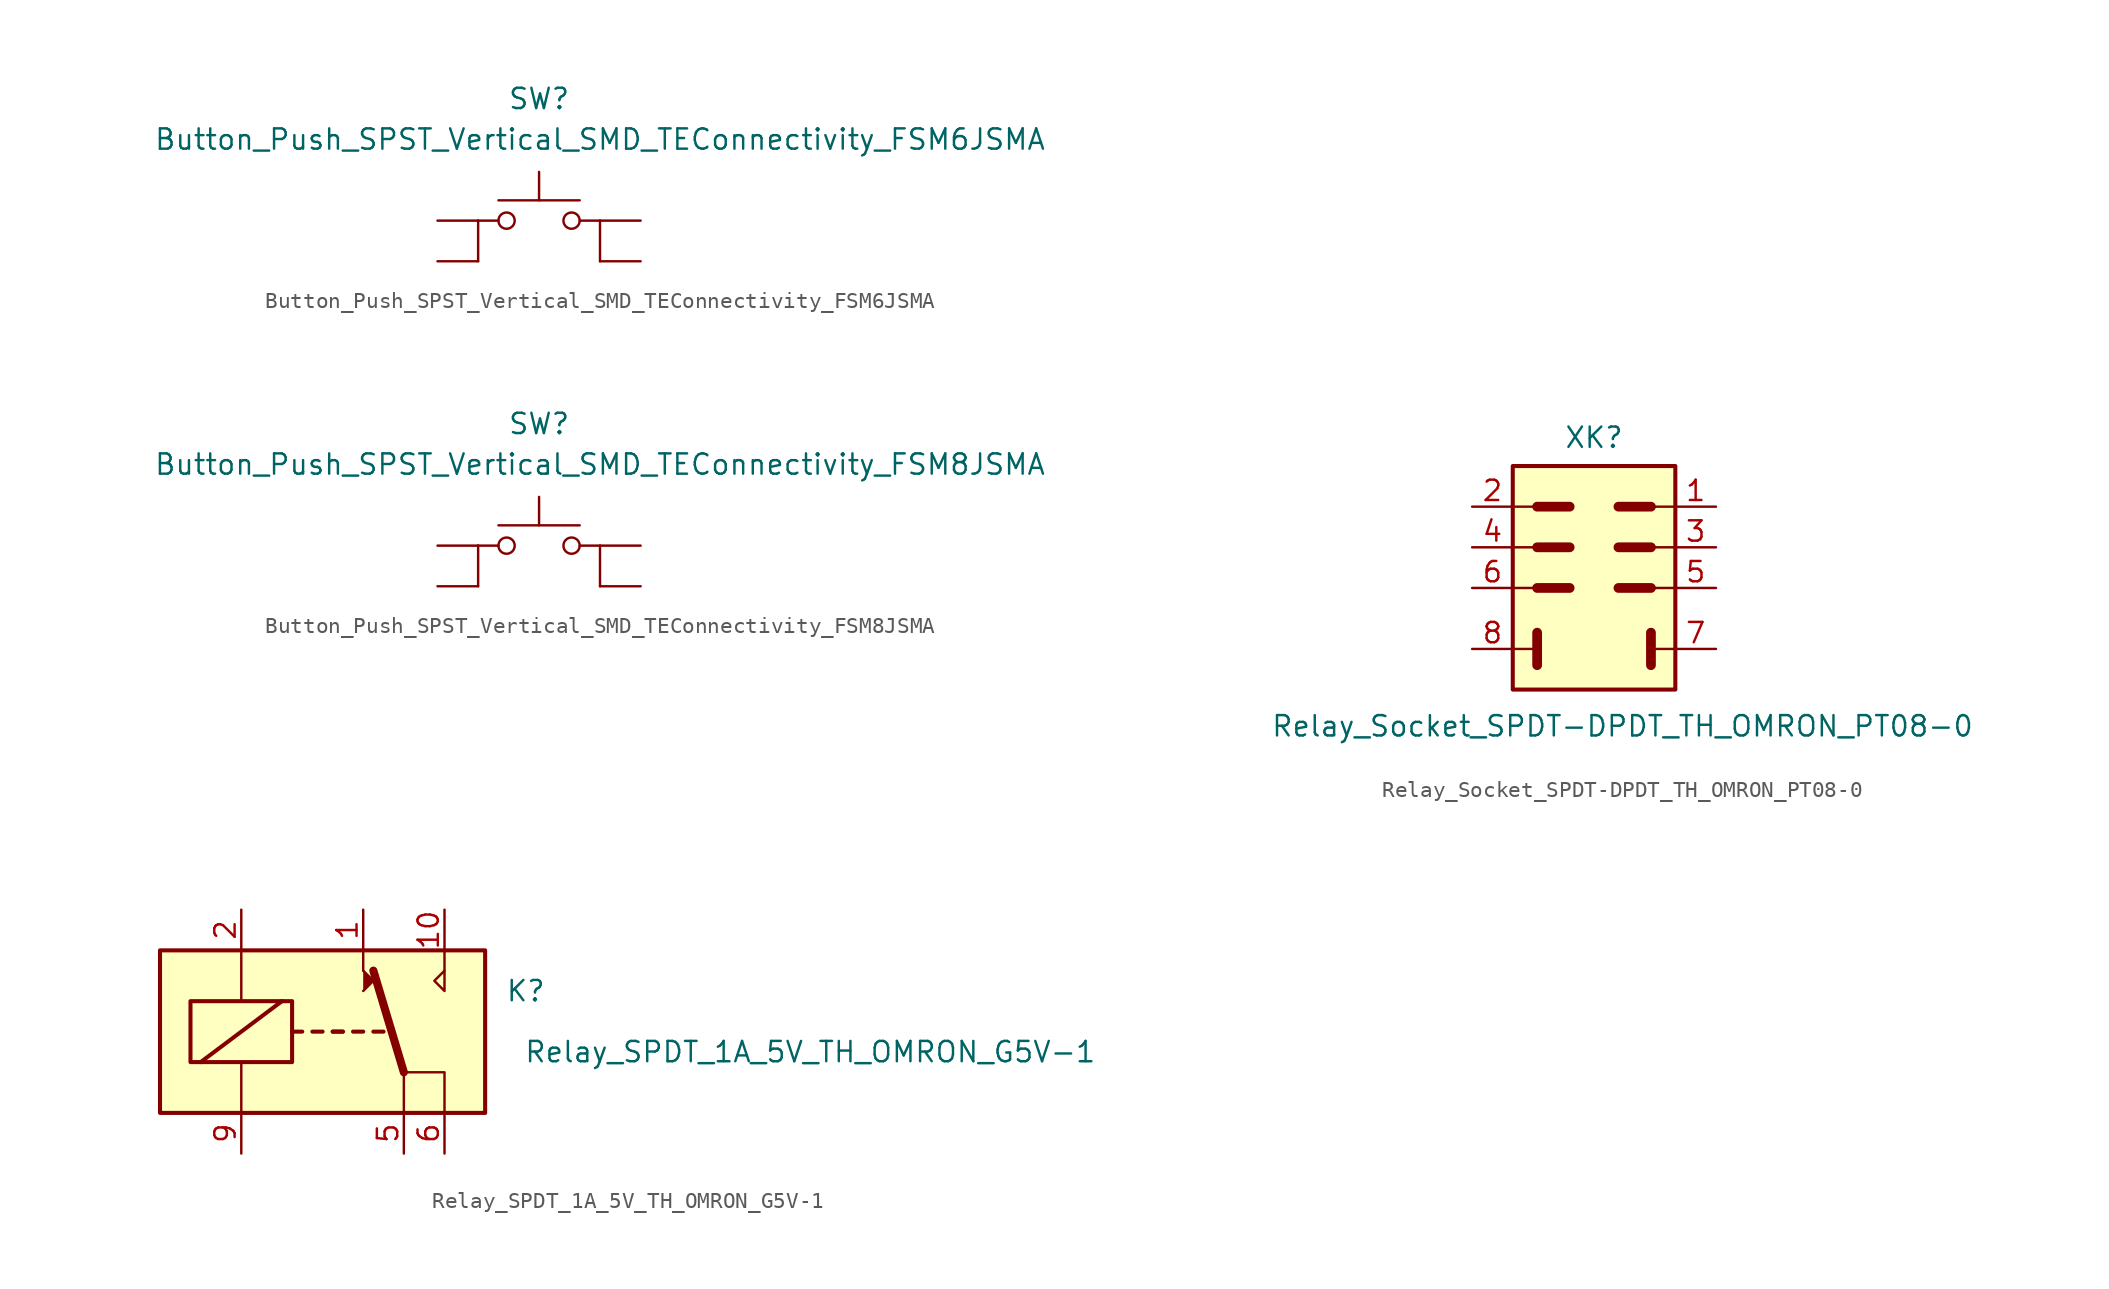
<source format=kicad_sym>
(kicad_symbol_lib
  (version 20211014)
  (generator kicad_symbol_editor)
  (symbol "Button_Push_SPST_Vertical_SMD_TEConnectivity_FSM6JSMA"
    (pin_numbers hide)
    (pin_names
      (offset 1.27) hide)
    (property "Reference" "SW"
      (at 0 7.62 0)
      (effects (font (size 1.27 1.27))))
    (property "Value" "Button_Push_SPST_Vertical_SMD_TEConnectivity_FSM6JSMA"
      (at 3.81 5.08 0)
      (effects (font (size 1.27 1.27))))
    (symbol "Button_Push_SPST_Vertical_SMD_TEConnectivity_FSM6JSMA_0_0"
      (pin passive line (at -6.35 0 0) (length 2.54) (name "3" (effects (font (size 1.27 1.27)))) (number "3" (effects (font (size 1.27 1.27)))))
      (pin passive line (at -6.35 -2.54 0) (length 2.54) (name "4" (effects (font (size 1.27 1.27)))) (number "4" (effects (font (size 1.27 1.27))))))
    (symbol "Button_Push_SPST_Vertical_SMD_TEConnectivity_FSM6JSMA_1_1"
      (circle (center -2.032 0) (radius 0.508) (stroke (width 0) (type default) (color 0 0 0 0)) (fill (type none)))
      (polyline (pts (xy -3.81 0) (xy -3.81 -2.54)) (stroke (width 0) (type default) (color 0 0 0 0)) (fill (type none)))
      (polyline (pts (xy -2.54 0) (xy -3.81 0)) (stroke (width 0) (type default) (color 0 0 0 0)) (fill (type none)))
      (polyline (pts (xy 0 1.27) (xy 0 3.048)) (stroke (width 0) (type default) (color 0 0 0 0)) (fill (type none)))
      (polyline (pts (xy 2.54 1.27) (xy -2.54 1.27)) (stroke (width 0) (type default) (color 0 0 0 0)) (fill (type none)))
      (polyline (pts (xy 3.81 0) (xy 2.54 0)) (stroke (width 0) (type default) (color 0 0 0 0)) (fill (type none)))
      (polyline (pts (xy 3.81 0) (xy 3.81 -2.54)) (stroke (width 0) (type default) (color 0 0 0 0)) (fill (type none)))
      (circle (center 2.032 0) (radius 0.508) (stroke (width 0) (type default) (color 0 0 0 0)) (fill (type none)))
      (pin passive line (at 6.35 0 180) (length 2.54) (name "1" (effects (font (size 1.27 1.27)))) (number "1" (effects (font (size 1.27 1.27)))))
      (pin passive line (at 6.35 -2.54 180) (length 2.54) (name "2" (effects (font (size 1.27 1.27)))) (number "2" (effects (font (size 1.27 1.27)))))))
  (symbol "Button_Push_SPST_Vertical_SMD_TEConnectivity_FSM8JSMA"
    (pin_numbers hide)
    (pin_names
      (offset 1.27) hide)
    (property "Reference" "SW"
      (at 0 7.62 0)
      (effects (font (size 1.27 1.27))))
    (property "Value" "Button_Push_SPST_Vertical_SMD_TEConnectivity_FSM8JSMA"
      (at 3.81 5.08 0)
      (effects (font (size 1.27 1.27))))
    (symbol "Button_Push_SPST_Vertical_SMD_TEConnectivity_FSM8JSMA_0_0"
      (pin passive line (at -6.35 0 0) (length 2.54) (name "3" (effects (font (size 1.27 1.27)))) (number "3" (effects (font (size 1.27 1.27)))))
      (pin passive line (at -6.35 -2.54 0) (length 2.54) (name "4" (effects (font (size 1.27 1.27)))) (number "4" (effects (font (size 1.27 1.27))))))
    (symbol "Button_Push_SPST_Vertical_SMD_TEConnectivity_FSM8JSMA_1_1"
      (circle (center -2.032 0) (radius 0.508) (stroke (width 0) (type default) (color 0 0 0 0)) (fill (type none)))
      (polyline (pts (xy -3.81 0) (xy -3.81 -2.54)) (stroke (width 0) (type default) (color 0 0 0 0)) (fill (type none)))
      (polyline (pts (xy -2.54 0) (xy -3.81 0)) (stroke (width 0) (type default) (color 0 0 0 0)) (fill (type none)))
      (polyline (pts (xy 0 1.27) (xy 0 3.048)) (stroke (width 0) (type default) (color 0 0 0 0)) (fill (type none)))
      (polyline (pts (xy 2.54 1.27) (xy -2.54 1.27)) (stroke (width 0) (type default) (color 0 0 0 0)) (fill (type none)))
      (polyline (pts (xy 3.81 0) (xy 2.54 0)) (stroke (width 0) (type default) (color 0 0 0 0)) (fill (type none)))
      (polyline (pts (xy 3.81 0) (xy 3.81 -2.54)) (stroke (width 0) (type default) (color 0 0 0 0)) (fill (type none)))
      (circle (center 2.032 0) (radius 0.508) (stroke (width 0) (type default) (color 0 0 0 0)) (fill (type none)))
      (pin passive line (at 6.35 0 180) (length 2.54) (name "1" (effects (font (size 1.27 1.27)))) (number "1" (effects (font (size 1.27 1.27)))))
      (pin passive line (at 6.35 -2.54 180) (length 2.54) (name "2" (effects (font (size 1.27 1.27)))) (number "2" (effects (font (size 1.27 1.27)))))))
  (symbol "Relay_Socket_SPDT-DPDT_TH_OMRON_PT08-0"
    (pin_names
      (offset 1.27) hide)
    (property "Reference" "XK"
      (at 0 10.668 0)
      (effects (font (size 1.27 1.27))))
    (property "Value" "Relay_Socket_SPDT-DPDT_TH_OMRON_PT08-0"
      (at 1.778 -7.366 0)
      (effects (font (size 1.27 1.27))))
    (symbol "Relay_Socket_SPDT-DPDT_TH_OMRON_PT08-0_0_0"
      (pin passive line (at 7.62 -2.54 180) (length 2.54) (name "~" (effects (font (size 1.27 1.27)))) (number "7" (effects (font (size 1.27 1.27)))))
      (pin passive line (at -7.62 -2.54 0) (length 2.54) (name "~" (effects (font (size 1.27 1.27)))) (number "8" (effects (font (size 1.27 1.27))))))
    (symbol "Relay_Socket_SPDT-DPDT_TH_OMRON_PT08-0_0_1"
      (polyline (pts (xy -3.556 -1.524) (xy -3.556 -3.556)) (stroke (width 0.61) (type default) (color 0 0 0 0)) (fill (type none)))
      (polyline (pts (xy -1.524 1.27) (xy -3.556 1.27)) (stroke (width 0.61) (type default) (color 0 0 0 0)) (fill (type none)))
      (polyline (pts (xy -1.524 3.81) (xy -3.556 3.81)) (stroke (width 0.61) (type default) (color 0 0 0 0)) (fill (type none)))
      (polyline (pts (xy -1.524 6.35) (xy -3.556 6.35)) (stroke (width 0.61) (type default) (color 0 0 0 0)) (fill (type none)))
      (polyline (pts (xy 3.556 -1.524) (xy 3.556 -3.556)) (stroke (width 0.61) (type default) (color 0 0 0 0)) (fill (type none)))
      (polyline (pts (xy 3.556 1.27) (xy 1.524 1.27)) (stroke (width 0.61) (type default) (color 0 0 0 0)) (fill (type none)))
      (polyline (pts (xy 3.556 3.81) (xy 1.524 3.81)) (stroke (width 0.61) (type default) (color 0 0 0 0)) (fill (type none)))
      (polyline (pts (xy 3.556 6.35) (xy 1.524 6.35)) (stroke (width 0.61) (type default) (color 0 0 0 0)) (fill (type none))))
    (symbol "Relay_Socket_SPDT-DPDT_TH_OMRON_PT08-0_1_1"
      (rectangle (start -5.08 8.89) (end 5.08 -5.08) (stroke (width 0.254) (type default) (color 0 0 0 0)) (fill (type background)))
      (polyline (pts (xy -3.556 -2.54) (xy -5.08 -2.54)) (stroke (width 0) (type default) (color 0 0 0 0)) (fill (type none)))
      (polyline (pts (xy -3.556 1.27) (xy -5.08 1.27)) (stroke (width 0) (type default) (color 0 0 0 0)) (fill (type none)))
      (polyline (pts (xy -3.556 3.81) (xy -5.08 3.81)) (stroke (width 0) (type default) (color 0 0 0 0)) (fill (type none)))
      (polyline (pts (xy -3.556 6.35) (xy -5.08 6.35)) (stroke (width 0) (type default) (color 0 0 0 0)) (fill (type none)))
      (polyline (pts (xy 5.08 -2.54) (xy 3.556 -2.54)) (stroke (width 0) (type default) (color 0 0 0 0)) (fill (type none)))
      (polyline (pts (xy 5.08 1.27) (xy 3.556 1.27)) (stroke (width 0) (type default) (color 0 0 0 0)) (fill (type none)))
      (polyline (pts (xy 5.08 3.81) (xy 3.556 3.81)) (stroke (width 0) (type default) (color 0 0 0 0)) (fill (type none)))
      (polyline (pts (xy 5.08 6.35) (xy 3.556 6.35)) (stroke (width 0) (type default) (color 0 0 0 0)) (fill (type none)))
      (pin passive line (at 7.62 6.35 180) (length 2.54) (name "~" (effects (font (size 1.27 1.27)))) (number "1" (effects (font (size 1.27 1.27)))))
      (pin passive line (at -7.62 6.35 0) (length 2.54) (name "~" (effects (font (size 1.27 1.27)))) (number "2" (effects (font (size 1.27 1.27)))))
      (pin passive line (at 7.62 3.81 180) (length 2.54) (name "~" (effects (font (size 1.27 1.27)))) (number "3" (effects (font (size 1.27 1.27)))))
      (pin passive line (at -7.62 3.81 0) (length 2.54) (name "~" (effects (font (size 1.27 1.27)))) (number "4" (effects (font (size 1.27 1.27)))))
      (pin passive line (at 7.62 1.27 180) (length 2.54) (name "~" (effects (font (size 1.27 1.27)))) (number "5" (effects (font (size 1.27 1.27)))))
      (pin passive line (at -7.62 1.27 0) (length 2.54) (name "~" (effects (font (size 1.27 1.27)))) (number "6" (effects (font (size 1.27 1.27)))))))
  (symbol "Relay_SPDT_1A_5V_TH_OMRON_G5V-1"
    (pin_names
      (offset 1.27) hide)
    (property "Reference" "K"
      (at 12.7 2.54 0)
      (effects (font (size 1.27 1.27))))
    (property "Value" "Relay_SPDT_1A_5V_TH_OMRON_G5V-1"
      (at 30.48 -1.27 0)
      (effects (font (size 1.27 1.27))))
    (symbol "Relay_SPDT_1A_5V_TH_OMRON_G5V-1_0_1"
      (polyline (pts (xy 5.08 -2.54) (xy 7.62 -2.54) (xy 7.62 -5.08)) (stroke (width 0) (type default) (color 0 0 0 0)) (fill (type none))))
    (symbol "Relay_SPDT_1A_5V_TH_OMRON_G5V-1_1_1"
      (rectangle (start -10.16 5.08) (end 10.16 -5.08) (stroke (width 0.254) (type default) (color 0 0 0 0)) (fill (type background)))
      (rectangle (start -8.255 1.905) (end -1.905 -1.905) (stroke (width 0.254) (type default) (color 0 0 0 0)) (fill (type none)))
      (polyline (pts (xy -7.62 -1.905) (xy -2.54 1.905)) (stroke (width 0.254) (type default) (color 0 0 0 0)) (fill (type none)))
      (polyline (pts (xy -5.08 -5.08) (xy -5.08 -1.905)) (stroke (width 0) (type default) (color 0 0 0 0)) (fill (type none)))
      (polyline (pts (xy -5.08 5.08) (xy -5.08 1.905)) (stroke (width 0) (type default) (color 0 0 0 0)) (fill (type none)))
      (polyline (pts (xy -1.905 0) (xy -1.27 0)) (stroke (width 0.254) (type default) (color 0 0 0 0)) (fill (type none)))
      (polyline (pts (xy -0.635 0) (xy 0 0)) (stroke (width 0.254) (type default) (color 0 0 0 0)) (fill (type none)))
      (polyline (pts (xy 0.635 0) (xy 1.27 0)) (stroke (width 0.254) (type default) (color 0 0 0 0)) (fill (type none)))
      (polyline (pts (xy 0.635 0) (xy 1.27 0)) (stroke (width 0.254) (type default) (color 0 0 0 0)) (fill (type none)))
      (polyline (pts (xy 1.905 0) (xy 2.54 0)) (stroke (width 0.254) (type default) (color 0 0 0 0)) (fill (type none)))
      (polyline (pts (xy 2.54 3.81) (xy 2.54 5.08)) (stroke (width 0) (type default) (color 0 0 0 0)) (fill (type none)))
      (polyline (pts (xy 3.175 0) (xy 3.81 0)) (stroke (width 0.254) (type default) (color 0 0 0 0)) (fill (type none)))
      (polyline (pts (xy 5.08 -2.54) (xy 3.175 3.81)) (stroke (width 0.508) (type default) (color 0 0 0 0)) (fill (type none)))
      (polyline (pts (xy 5.08 -2.54) (xy 5.08 -5.08)) (stroke (width 0) (type default) (color 0 0 0 0)) (fill (type none)))
      (polyline (pts (xy 7.62 3.81) (xy 7.62 5.08)) (stroke (width 0) (type default) (color 0 0 0 0)) (fill (type none)))
      (polyline (pts (xy 2.54 2.54) (xy 3.175 3.175) (xy 2.54 3.81)) (stroke (width 0) (type default) (color 0 0 0 0)) (fill (type outline)))
      (polyline (pts (xy 7.62 3.81) (xy 7.62 2.54) (xy 6.985 3.175) (xy 7.62 3.81)) (stroke (width 0) (type default) (color 0 0 0 0)) (fill (type none)))
      (pin passive line (at 2.54 7.62 270) (length 2.54) (name "~" (effects (font (size 1.27 1.27)))) (number "1" (effects (font (size 1.27 1.27)))))
      (pin passive line (at 7.62 7.62 270) (length 2.54) (name "~" (effects (font (size 1.27 1.27)))) (number "10" (effects (font (size 1.27 1.27)))))
      (pin passive line (at -5.08 7.62 270) (length 2.54) (name "~" (effects (font (size 1.27 1.27)))) (number "2" (effects (font (size 1.27 1.27)))))
      (pin passive line (at 5.08 -7.62 90) (length 2.54) (name "~" (effects (font (size 1.27 1.27)))) (number "5" (effects (font (size 1.27 1.27)))))
      (pin passive line (at 7.62 -7.62 90) (length 2.54) (name "~" (effects (font (size 1.27 1.27)))) (number "6" (effects (font (size 1.27 1.27)))))
      (pin passive line (at -5.08 -7.62 90) (length 2.54) (name "~" (effects (font (size 1.27 1.27)))) (number "9" (effects (font (size 1.27 1.27))))))))
</source>
